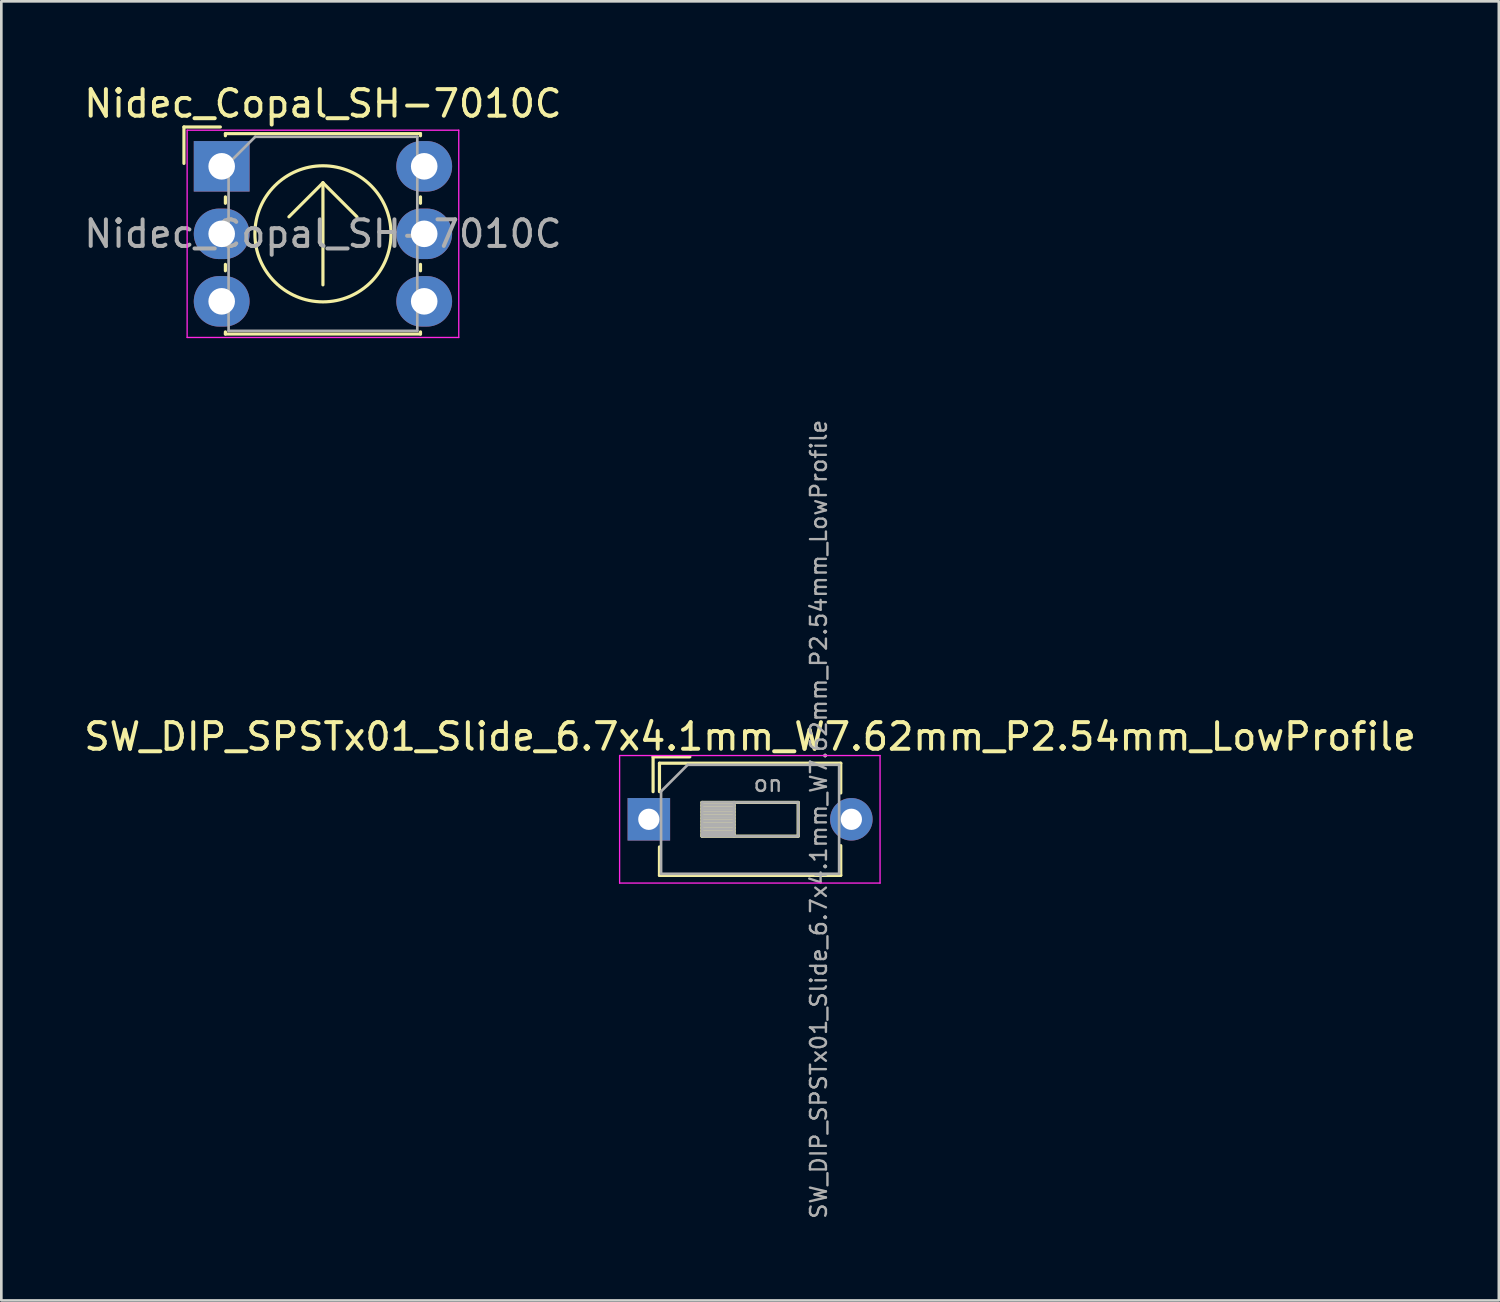
<source format=kicad_pcb>
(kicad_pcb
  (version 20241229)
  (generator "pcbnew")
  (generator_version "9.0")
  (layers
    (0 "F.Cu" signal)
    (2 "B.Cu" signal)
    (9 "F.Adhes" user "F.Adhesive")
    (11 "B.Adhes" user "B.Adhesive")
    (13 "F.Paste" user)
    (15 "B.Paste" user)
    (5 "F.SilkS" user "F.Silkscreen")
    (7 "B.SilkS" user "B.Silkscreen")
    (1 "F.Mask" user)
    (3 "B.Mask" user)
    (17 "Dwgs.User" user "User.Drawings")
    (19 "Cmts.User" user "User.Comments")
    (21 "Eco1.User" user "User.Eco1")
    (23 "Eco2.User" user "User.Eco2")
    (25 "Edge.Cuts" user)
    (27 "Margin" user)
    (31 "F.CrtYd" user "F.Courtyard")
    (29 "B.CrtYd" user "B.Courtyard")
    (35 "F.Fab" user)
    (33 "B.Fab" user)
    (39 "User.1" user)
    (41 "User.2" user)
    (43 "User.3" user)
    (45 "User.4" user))
  (footprint "SW_DIP_SPSTx01_Slide_6.7x4.1mm_W7.62mm_P2.54mm_LowProfile"
    (layer "F.Cu")
    (at 21.363 27.777)
    (property "Reference" "SW_DIP_SPSTx01_Slide_6.7x4.1mm_W7.62mm_P2.54mm_LowProfile" (at 3.81 -3.11 0) (layer "F.SilkS") (effects (font (size 1 1) (thickness 0.15))))
    (attr through_hole)
    (fp_line (start 0.16 -2.35) (end 0.16 -1.04) (stroke (width 0.12) (type solid)) (layer "F.SilkS"))
    (fp_line (start 0.16 -2.35) (end 1.543 -2.35) (stroke (width 0.12) (type solid)) (layer "F.SilkS"))
    (fp_line (start 0.4 -2.11) (end 0.4 -1.04) (stroke (width 0.12) (type solid)) (layer "F.SilkS"))
    (fp_line (start 0.4 -2.11) (end 7.221 -2.11) (stroke (width 0.12) (type solid)) (layer "F.SilkS"))
    (fp_line (start 0.4 1.04) (end 0.4 2.11) (stroke (width 0.12) (type solid)) (layer "F.SilkS"))
    (fp_line (start 0.4 2.11) (end 7.221 2.11) (stroke (width 0.12) (type solid)) (layer "F.SilkS"))
    (fp_line (start 2 -0.635) (end 2 0.635) (stroke (width 0.12) (type solid)) (layer "F.SilkS"))
    (fp_line (start 2 -0.515) (end 3.207 -0.515) (stroke (width 0.12) (type solid)) (layer "F.SilkS"))
    (fp_line (start 2 -0.395) (end 3.207 -0.395) (stroke (width 0.12) (type solid)) (layer "F.SilkS"))
    (fp_line (start 2 -0.275) (end 3.207 -0.275) (stroke (width 0.12) (type solid)) (layer "F.SilkS"))
    (fp_line (start 2 -0.155) (end 3.207 -0.155) (stroke (width 0.12) (type solid)) (layer "F.SilkS"))
    (fp_line (start 2 -0.035) (end 3.207 -0.035) (stroke (width 0.12) (type solid)) (layer "F.SilkS"))
    (fp_line (start 2 0.085) (end 3.207 0.085) (stroke (width 0.12) (type solid)) (layer "F.SilkS"))
    (fp_line (start 2 0.205) (end 3.207 0.205) (stroke (width 0.12) (type solid)) (layer "F.SilkS"))
    (fp_line (start 2 0.325) (end 3.207 0.325) (stroke (width 0.12) (type solid)) (layer "F.SilkS"))
    (fp_line (start 2 0.445) (end 3.207 0.445) (stroke (width 0.12) (type solid)) (layer "F.SilkS"))
    (fp_line (start 2 0.565) (end 3.207 0.565) (stroke (width 0.12) (type solid)) (layer "F.SilkS"))
    (fp_line (start 2 0.635) (end 5.62 0.635) (stroke (width 0.12) (type solid)) (layer "F.SilkS"))
    (fp_line (start 3.207 -0.635) (end 3.207 0.635) (stroke (width 0.12) (type solid)) (layer "F.SilkS"))
    (fp_line (start 5.62 -0.635) (end 2 -0.635) (stroke (width 0.12) (type solid)) (layer "F.SilkS"))
    (fp_line (start 5.62 0.635) (end 5.62 -0.635) (stroke (width 0.12) (type solid)) (layer "F.SilkS"))
    (fp_line (start 7.221 -2.11) (end 7.221 -0.99) (stroke (width 0.12) (type solid)) (layer "F.SilkS"))
    (fp_line (start 7.221 0.99) (end 7.221 2.11) (stroke (width 0.12) (type solid)) (layer "F.SilkS"))
    (fp_line (start -1.1 -2.4) (end -1.1 2.4) (stroke (width 0.05) (type solid)) (layer "F.CrtYd"))
    (fp_line (start -1.1 2.4) (end 8.7 2.4) (stroke (width 0.05) (type solid)) (layer "F.CrtYd"))
    (fp_line (start 8.7 -2.4) (end -1.1 -2.4) (stroke (width 0.05) (type solid)) (layer "F.CrtYd"))
    (fp_line (start 8.7 2.4) (end 8.7 -2.4) (stroke (width 0.05) (type solid)) (layer "F.CrtYd"))
    (fp_line (start 0.46 -1.05) (end 1.46 -2.05) (stroke (width 0.1) (type solid)) (layer "F.Fab"))
    (fp_line (start 0.46 2.05) (end 0.46 -1.05) (stroke (width 0.1) (type solid)) (layer "F.Fab"))
    (fp_line (start 1.46 -2.05) (end 7.16 -2.05) (stroke (width 0.1) (type solid)) (layer "F.Fab"))
    (fp_line (start 2 -0.635) (end 2 0.635) (stroke (width 0.1) (type solid)) (layer "F.Fab"))
    (fp_line (start 2 -0.535) (end 3.207 -0.535) (stroke (width 0.1) (type solid)) (layer "F.Fab"))
    (fp_line (start 2 -0.435) (end 3.207 -0.435) (stroke (width 0.1) (type solid)) (layer "F.Fab"))
    (fp_line (start 2 -0.335) (end 3.207 -0.335) (stroke (width 0.1) (type solid)) (layer "F.Fab"))
    (fp_line (start 2 -0.235) (end 3.207 -0.235) (stroke (width 0.1) (type solid)) (layer "F.Fab"))
    (fp_line (start 2 -0.135) (end 3.207 -0.135) (stroke (width 0.1) (type solid)) (layer "F.Fab"))
    (fp_line (start 2 -0.035) (end 3.207 -0.035) (stroke (width 0.1) (type solid)) (layer "F.Fab"))
    (fp_line (start 2 0.065) (end 3.207 0.065) (stroke (width 0.1) (type solid)) (layer "F.Fab"))
    (fp_line (start 2 0.165) (end 3.207 0.165) (stroke (width 0.1) (type solid)) (layer "F.Fab"))
    (fp_line (start 2 0.265) (end 3.207 0.265) (stroke (width 0.1) (type solid)) (layer "F.Fab"))
    (fp_line (start 2 0.365) (end 3.207 0.365) (stroke (width 0.1) (type solid)) (layer "F.Fab"))
    (fp_line (start 2 0.465) (end 3.207 0.465) (stroke (width 0.1) (type solid)) (layer "F.Fab"))
    (fp_line (start 2 0.565) (end 3.207 0.565) (stroke (width 0.1) (type solid)) (layer "F.Fab"))
    (fp_line (start 2 0.635) (end 5.62 0.635) (stroke (width 0.1) (type solid)) (layer "F.Fab"))
    (fp_line (start 3.207 -0.635) (end 3.207 0.635) (stroke (width 0.1) (type solid)) (layer "F.Fab"))
    (fp_line (start 5.62 -0.635) (end 2 -0.635) (stroke (width 0.1) (type solid)) (layer "F.Fab"))
    (fp_line (start 5.62 0.635) (end 5.62 -0.635) (stroke (width 0.1) (type solid)) (layer "F.Fab"))
    (fp_line (start 7.16 -2.05) (end 7.16 2.05) (stroke (width 0.1) (type solid)) (layer "F.Fab"))
    (fp_line (start 7.16 2.05) (end 0.46 2.05) (stroke (width 0.1) (type solid)) (layer "F.Fab"))
    (fp_text user "on" (at 4.485 -1.343 0) (layer "F.Fab") (effects (font (size 0.6 0.6) (thickness 0.09))))
    (fp_text user "${REFERENCE}" (at 6.39 0 90) (layer "F.Fab") (effects (font (size 0.6 0.6) (thickness 0.09))))
    (pad "1" thru_hole rect (at 0 0) (size 1.6 1.6) (drill 0.8) (layers "*.Cu" "*.Mask"))
    (pad "2" thru_hole oval (at 7.62 0) (size 1.6 1.6) (drill 0.8) (layers "*.Cu" "*.Mask")))
  (footprint "Nidec_Copal_SH-7010C"
    (layer "F.Cu")
    (at 5.291 3.208)
    (property "Reference" "Nidec_Copal_SH-7010C" (at 3.81 -2.36 0) (layer "F.SilkS") (effects (font (size 1 1) (thickness 0.15))))
    (attr through_hole)
    (fp_line (start -1.42 -1.48) (end -0.05 -1.48) (stroke (width 0.12) (type solid)) (layer "F.SilkS"))
    (fp_line (start -1.42 -0.11) (end -1.42 -1.48) (stroke (width 0.12) (type solid)) (layer "F.SilkS"))
    (fp_line (start 0.14 -1.23) (end 7.48 -1.23) (stroke (width 0.12) (type solid)) (layer "F.SilkS"))
    (fp_line (start 0.14 -1.15) (end 0.14 -1.23) (stroke (width 0.12) (type solid)) (layer "F.SilkS"))
    (fp_line (start 0.14 1.15) (end 0.14 1.39) (stroke (width 0.12) (type solid)) (layer "F.SilkS"))
    (fp_line (start 0.14 3.69) (end 0.14 3.93) (stroke (width 0.12) (type solid)) (layer "F.SilkS"))
    (fp_line (start 0.14 6.23) (end 0.14 6.31) (stroke (width 0.12) (type solid)) (layer "F.SilkS"))
    (fp_line (start 0.14 6.31) (end 7.48 6.31) (stroke (width 0.12) (type solid)) (layer "F.SilkS"))
    (fp_line (start 2.53 1.9) (end 3.81 0.62) (stroke (width 0.12) (type solid)) (layer "F.SilkS"))
    (fp_line (start 3.81 0.62) (end 3.81 4.46) (stroke (width 0.12) (type solid)) (layer "F.SilkS"))
    (fp_line (start 3.81 0.62) (end 5.09 1.9) (stroke (width 0.12) (type solid)) (layer "F.SilkS"))
    (fp_line (start 7.48 -1.23) (end 7.48 -1.15) (stroke (width 0.12) (type solid)) (layer "F.SilkS"))
    (fp_line (start 7.48 1.15) (end 7.48 1.39) (stroke (width 0.12) (type solid)) (layer "F.SilkS"))
    (fp_line (start 7.48 3.69) (end 7.48 3.93) (stroke (width 0.12) (type solid)) (layer "F.SilkS"))
    (fp_line (start 7.48 6.31) (end 7.48 6.23) (stroke (width 0.12) (type solid)) (layer "F.SilkS"))
    (fp_circle (center 3.81 2.54) (end 6.37 2.54) (stroke (width 0.12) (type solid)) (fill no) (layer "F.SilkS"))
    (fp_line (start -1.3 -1.36) (end -1.3 6.44) (stroke (width 0.05) (type solid)) (layer "F.CrtYd"))
    (fp_line (start -1.3 6.44) (end 8.92 6.44) (stroke (width 0.05) (type solid)) (layer "F.CrtYd"))
    (fp_line (start 8.92 -1.36) (end -1.3 -1.36) (stroke (width 0.05) (type solid)) (layer "F.CrtYd"))
    (fp_line (start 8.92 6.44) (end 8.92 -1.36) (stroke (width 0.05) (type solid)) (layer "F.CrtYd"))
    (fp_line (start 0.26 -0.11) (end 1.26 -1.11) (stroke (width 0.1) (type solid)) (layer "F.Fab"))
    (fp_line (start 0.26 6.19) (end 0.26 -0.11) (stroke (width 0.1) (type solid)) (layer "F.Fab"))
    (fp_line (start 1.26 -1.11) (end 7.36 -1.11) (stroke (width 0.1) (type solid)) (layer "F.Fab"))
    (fp_line (start 7.36 -1.11) (end 7.36 6.19) (stroke (width 0.1) (type solid)) (layer "F.Fab"))
    (fp_line (start 7.36 6.19) (end 0.26 6.19) (stroke (width 0.1) (type solid)) (layer "F.Fab"))
    (fp_text user "${REFERENCE}" (at 3.81 2.54 0) (layer "F.Fab") (effects (font (size 1 1) (thickness 0.15))))
    (pad "1" thru_hole rect (at 0 0) (size 2.1 1.9) (drill 1) (layers "*.Cu" "*.Mask"))
    (pad "2" thru_hole oval (at 7.62 5.08) (size 2.1 1.9) (drill 1) (layers "*.Cu" "*.Mask"))
    (pad "4" thru_hole oval (at 0 5.08) (size 2.1 1.9) (drill 1) (layers "*.Cu" "*.Mask"))
    (pad "8" thru_hole oval (at 7.62 0) (size 2.1 1.9) (drill 1) (layers "*.Cu" "*.Mask"))
    (pad "C" thru_hole oval (at 0 2.54) (size 2.1 1.9) (drill 1) (layers "*.Cu" "*.Mask"))
    (pad "C" thru_hole oval (at 7.62 2.54) (size 2.1 1.9) (drill 1) (layers "*.Cu" "*.Mask")))
  (gr_rect
    (start -3 -3)
    (end 53.345 45.88)
    (stroke (width 0.1) (type default))
    (fill no)
    (layer "Edge.Cuts")))
</source>
